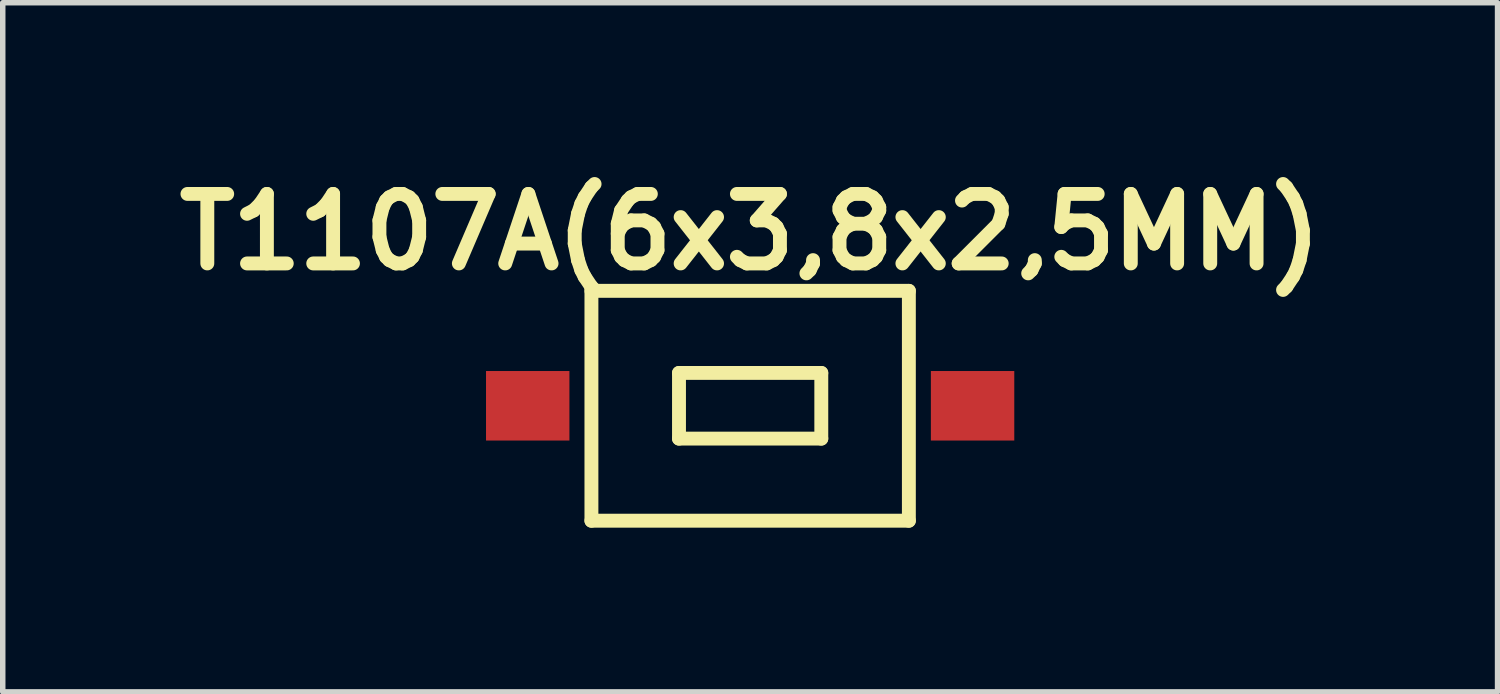
<source format=kicad_pcb>
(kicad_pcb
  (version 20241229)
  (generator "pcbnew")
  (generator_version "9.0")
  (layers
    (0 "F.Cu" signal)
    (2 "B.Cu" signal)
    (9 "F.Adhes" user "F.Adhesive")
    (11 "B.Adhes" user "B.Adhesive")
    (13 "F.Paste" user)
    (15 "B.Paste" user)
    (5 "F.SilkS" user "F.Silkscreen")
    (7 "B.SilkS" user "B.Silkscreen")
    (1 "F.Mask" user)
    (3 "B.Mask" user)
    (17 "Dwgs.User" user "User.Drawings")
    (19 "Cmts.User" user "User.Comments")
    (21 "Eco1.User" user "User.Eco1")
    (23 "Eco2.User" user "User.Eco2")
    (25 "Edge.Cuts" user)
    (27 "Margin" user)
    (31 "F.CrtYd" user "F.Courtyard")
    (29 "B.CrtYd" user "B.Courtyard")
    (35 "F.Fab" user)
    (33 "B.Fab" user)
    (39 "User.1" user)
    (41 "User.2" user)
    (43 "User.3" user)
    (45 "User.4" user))
  (footprint "T1107A(6x3,8x2,5MM)"
    (layer "F.Cu")
    (at 10.656 4.364)
    (property "Reference" "T1107A(6x3,8x2,5MM)" (at 0 -3.175 0) (layer "F.SilkS") (effects (font (size 1.27 1.27) (thickness 0.254))))
    (attr smd)
    (fp_line (start -2.9 -2.1) (end -2.9 2.1) (stroke (width 0.254) (type solid)) (layer "F.SilkS"))
    (fp_line (start -2.9 2.1) (end 2.9 2.1) (stroke (width 0.254) (type solid)) (layer "F.SilkS"))
    (fp_line (start -1.3 -0.6) (end 1.3 -0.6) (stroke (width 0.254) (type solid)) (layer "F.SilkS"))
    (fp_line (start -1.3 0.6) (end -1.3 -0.6) (stroke (width 0.254) (type solid)) (layer "F.SilkS"))
    (fp_line (start -1.3 0.6) (end 1.3 0.6) (stroke (width 0.254) (type solid)) (layer "F.SilkS"))
    (fp_line (start 1.3 0.6) (end 1.3 -0.6) (stroke (width 0.254) (type solid)) (layer "F.SilkS"))
    (fp_line (start 2.9 -2.1) (end -2.9 -2.1) (stroke (width 0.254) (type solid)) (layer "F.SilkS"))
    (fp_line (start 2.9 2.1) (end 2.9 -2.1) (stroke (width 0.254) (type solid)) (layer "F.SilkS"))
    (pad "1" smd rect (at -4.064 0 90) (size 1.27 1.524) (layers "F.Cu" "F.Mask" "F.Paste"))
    (pad "2" smd rect (at 4.064 0 90) (size 1.27 1.524) (layers "F.Cu" "F.Mask" "F.Paste")))
  (gr_rect
    (start -3 -3)
    (end 24.312 9.591)
    (stroke (width 0.1) (type default))
    (fill no)
    (layer "Edge.Cuts")))
</source>
